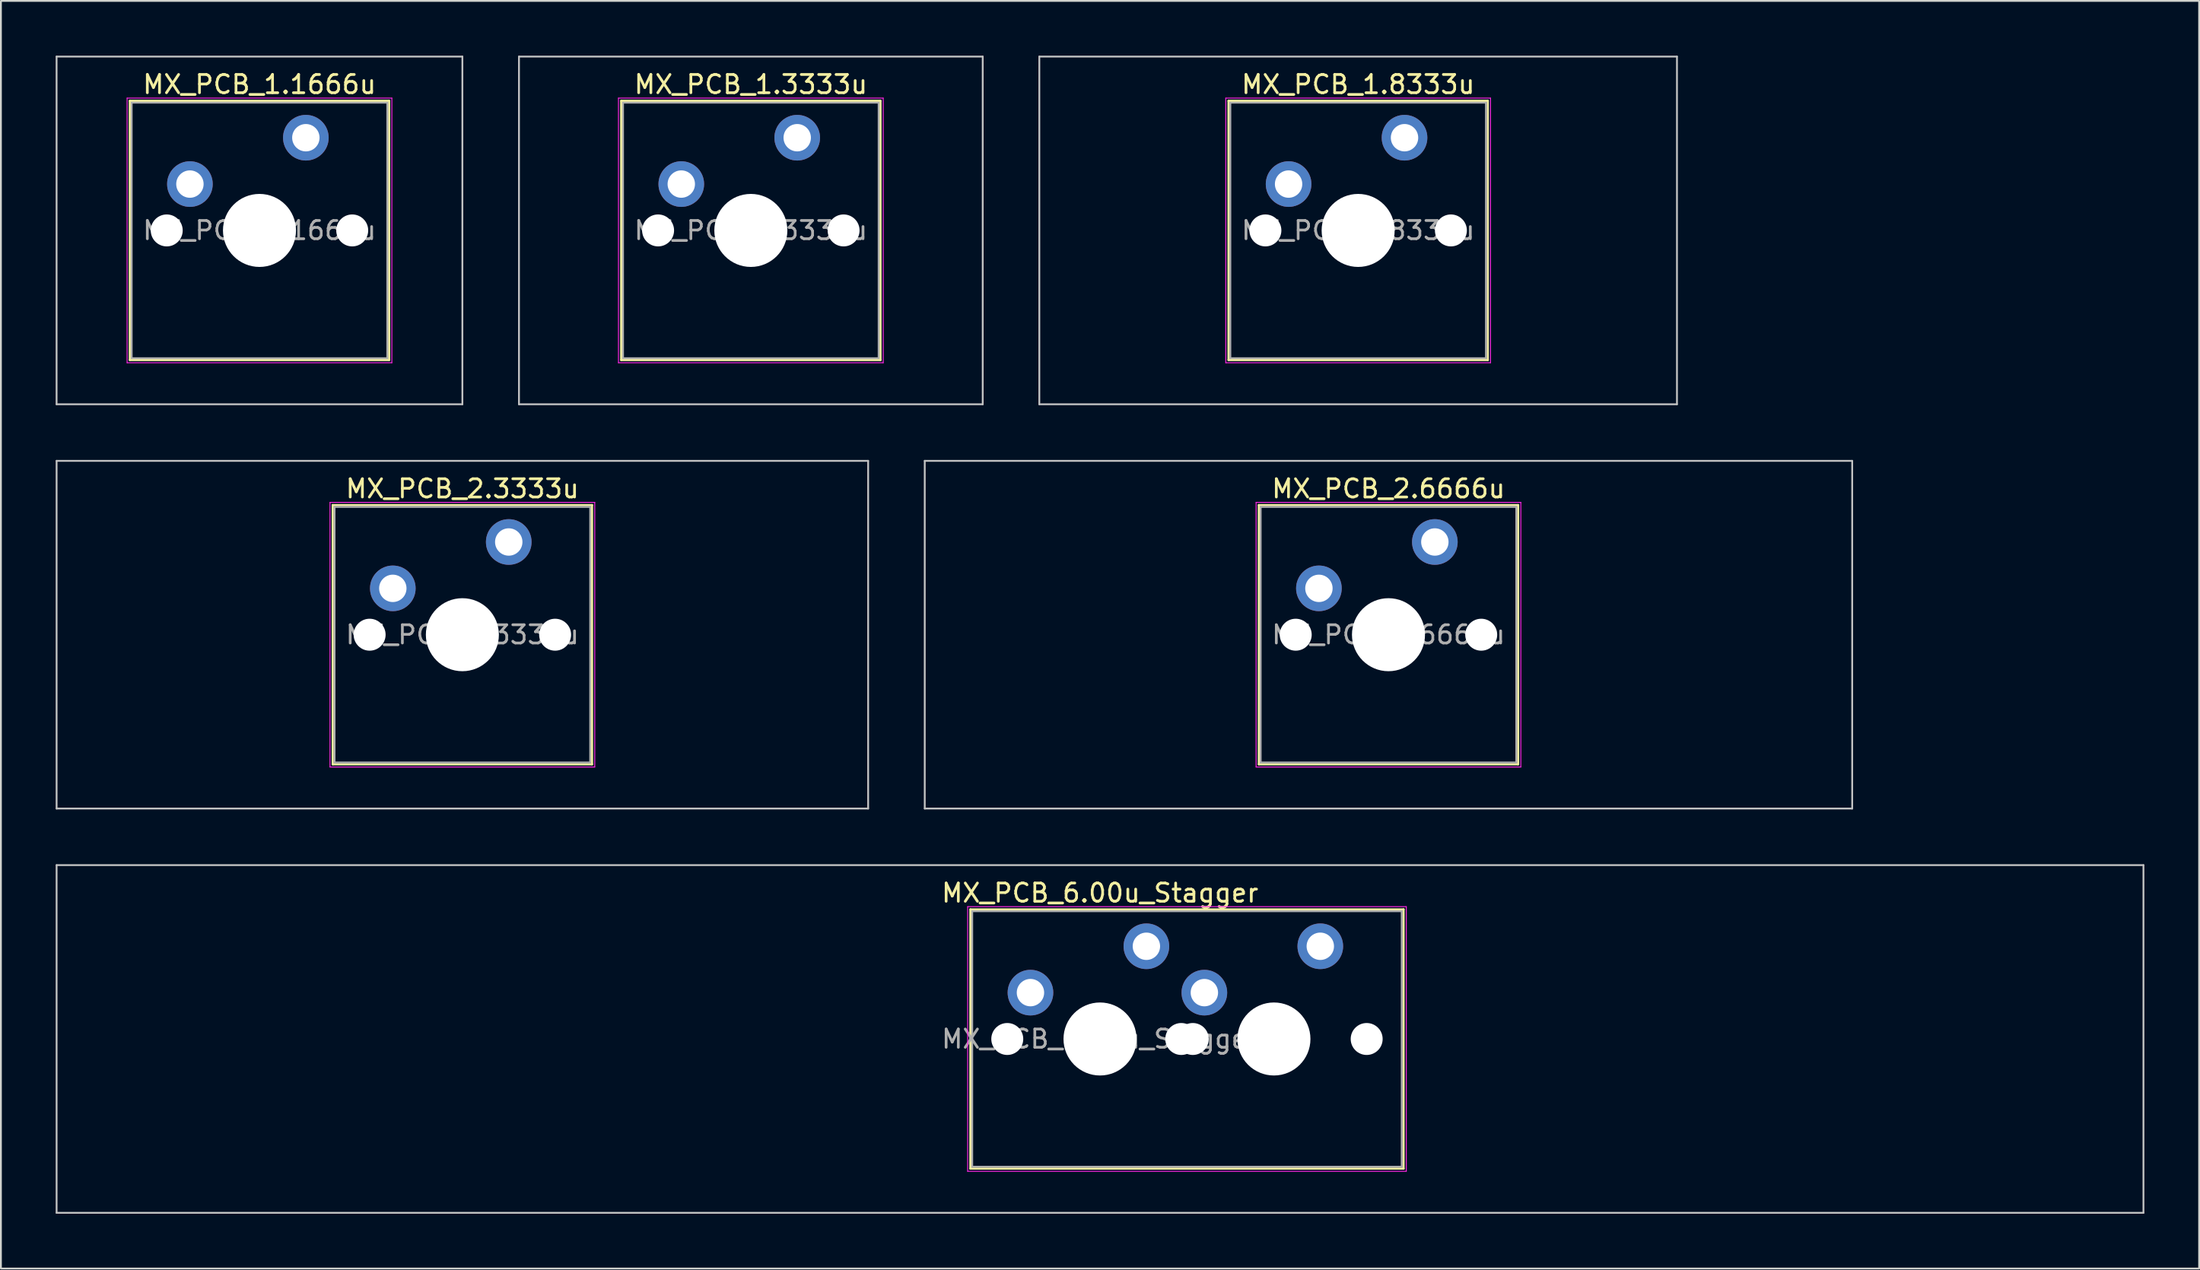
<source format=kicad_pcb>
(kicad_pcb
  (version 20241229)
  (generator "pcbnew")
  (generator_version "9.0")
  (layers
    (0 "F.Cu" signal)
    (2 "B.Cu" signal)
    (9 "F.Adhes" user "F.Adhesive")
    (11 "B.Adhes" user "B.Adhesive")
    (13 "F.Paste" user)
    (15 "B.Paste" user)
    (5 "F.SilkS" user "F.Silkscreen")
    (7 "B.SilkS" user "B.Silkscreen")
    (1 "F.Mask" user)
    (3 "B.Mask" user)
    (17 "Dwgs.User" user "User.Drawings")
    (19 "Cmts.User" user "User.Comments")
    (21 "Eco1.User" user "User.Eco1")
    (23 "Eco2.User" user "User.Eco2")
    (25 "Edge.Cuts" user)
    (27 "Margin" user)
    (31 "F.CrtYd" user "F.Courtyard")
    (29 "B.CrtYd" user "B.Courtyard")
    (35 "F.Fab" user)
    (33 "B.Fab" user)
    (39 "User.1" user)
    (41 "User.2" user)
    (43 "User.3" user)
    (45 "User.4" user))
  (footprint "MX_PCB_1.3333u"
    (layer "F.Cu")
    (at 38.075 9.575)
    (property "Reference" "MX_PCB_1.3333u" (at 0 -8 0) (layer "F.SilkS") (effects (font (size 1 1) (thickness 0.15))))
    (attr through_hole)
    (fp_line (start -7.1 -7.1) (end -7.1 7.1) (stroke (width 0.12) (type solid)) (layer "F.SilkS"))
    (fp_line (start -7.1 7.1) (end 7.1 7.1) (stroke (width 0.12) (type solid)) (layer "F.SilkS"))
    (fp_line (start 7.1 -7.1) (end -7.1 -7.1) (stroke (width 0.12) (type solid)) (layer "F.SilkS"))
    (fp_line (start 7.1 7.1) (end 7.1 -7.1) (stroke (width 0.12) (type solid)) (layer "F.SilkS"))
    (fp_line (start -12.7 -9.525) (end -12.7 9.525) (stroke (width 0.1) (type solid)) (layer "Dwgs.User"))
    (fp_line (start -12.7 9.525) (end 12.7 9.525) (stroke (width 0.1) (type solid)) (layer "Dwgs.User"))
    (fp_line (start 12.7 -9.525) (end -12.7 -9.525) (stroke (width 0.1) (type solid)) (layer "Dwgs.User"))
    (fp_line (start 12.7 9.525) (end 12.7 -9.525) (stroke (width 0.1) (type solid)) (layer "Dwgs.User"))
    (fp_line (start -7 -7) (end -7 7) (stroke (width 0.1) (type solid)) (layer "Eco1.User"))
    (fp_line (start -7 7) (end 7 7) (stroke (width 0.1) (type solid)) (layer "Eco1.User"))
    (fp_line (start 7 -7) (end -7 -7) (stroke (width 0.1) (type solid)) (layer "Eco1.User"))
    (fp_line (start 7 7) (end 7 -7) (stroke (width 0.1) (type solid)) (layer "Eco1.User"))
    (fp_line (start -7.25 -7.25) (end -7.25 7.25) (stroke (width 0.05) (type solid)) (layer "F.CrtYd"))
    (fp_line (start -7.25 7.25) (end 7.25 7.25) (stroke (width 0.05) (type solid)) (layer "F.CrtYd"))
    (fp_line (start 7.25 -7.25) (end -7.25 -7.25) (stroke (width 0.05) (type solid)) (layer "F.CrtYd"))
    (fp_line (start 7.25 7.25) (end 7.25 -7.25) (stroke (width 0.05) (type solid)) (layer "F.CrtYd"))
    (fp_line (start -7 -7) (end -7 7) (stroke (width 0.1) (type solid)) (layer "F.Fab"))
    (fp_line (start -7 7) (end 7 7) (stroke (width 0.1) (type solid)) (layer "F.Fab"))
    (fp_line (start 7 -7) (end -7 -7) (stroke (width 0.1) (type solid)) (layer "F.Fab"))
    (fp_line (start 7 7) (end 7 -7) (stroke (width 0.1) (type solid)) (layer "F.Fab"))
    (fp_text user "${REFERENCE}" (at 0 0 0) (layer "F.Fab") (effects (font (size 1 1) (thickness 0.15))))
    (pad "" np_thru_hole circle (at -5.08 0) (size 1.75 1.75) (drill 1.75) (layers "*.Cu" "*.Mask"))
    (pad "" np_thru_hole circle (at 0 0) (size 4 4) (drill 4) (layers "*.Cu" "*.Mask"))
    (pad "" np_thru_hole circle (at 5.08 0) (size 1.75 1.75) (drill 1.75) (layers "*.Cu" "*.Mask"))
    (pad "1" thru_hole circle (at -3.81 -2.54) (size 2.5 2.5) (drill 1.5) (layers "*.Cu" "*.Mask"))
    (pad "2" thru_hole circle (at 2.54 -5.08) (size 2.5 2.5) (drill 1.5) (layers "*.Cu" "*.Mask")))
  (footprint "MX_PCB_1.8333u"
    (layer "F.Cu")
    (at 71.338 9.575)
    (property "Reference" "MX_PCB_1.8333u" (at 0 -8 0) (layer "F.SilkS") (effects (font (size 1 1) (thickness 0.15))))
    (attr through_hole)
    (fp_line (start -7.1 -7.1) (end -7.1 7.1) (stroke (width 0.12) (type solid)) (layer "F.SilkS"))
    (fp_line (start -7.1 7.1) (end 7.1 7.1) (stroke (width 0.12) (type solid)) (layer "F.SilkS"))
    (fp_line (start 7.1 -7.1) (end -7.1 -7.1) (stroke (width 0.12) (type solid)) (layer "F.SilkS"))
    (fp_line (start 7.1 7.1) (end 7.1 -7.1) (stroke (width 0.12) (type solid)) (layer "F.SilkS"))
    (fp_line (start -17.462 -9.525) (end -17.462 9.525) (stroke (width 0.1) (type solid)) (layer "Dwgs.User"))
    (fp_line (start -17.462 9.525) (end 17.462 9.525) (stroke (width 0.1) (type solid)) (layer "Dwgs.User"))
    (fp_line (start 17.462 -9.525) (end -17.462 -9.525) (stroke (width 0.1) (type solid)) (layer "Dwgs.User"))
    (fp_line (start 17.462 9.525) (end 17.462 -9.525) (stroke (width 0.1) (type solid)) (layer "Dwgs.User"))
    (fp_line (start -7 -7) (end -7 7) (stroke (width 0.1) (type solid)) (layer "Eco1.User"))
    (fp_line (start -7 7) (end 7 7) (stroke (width 0.1) (type solid)) (layer "Eco1.User"))
    (fp_line (start 7 -7) (end -7 -7) (stroke (width 0.1) (type solid)) (layer "Eco1.User"))
    (fp_line (start 7 7) (end 7 -7) (stroke (width 0.1) (type solid)) (layer "Eco1.User"))
    (fp_line (start -7.25 -7.25) (end -7.25 7.25) (stroke (width 0.05) (type solid)) (layer "F.CrtYd"))
    (fp_line (start -7.25 7.25) (end 7.25 7.25) (stroke (width 0.05) (type solid)) (layer "F.CrtYd"))
    (fp_line (start 7.25 -7.25) (end -7.25 -7.25) (stroke (width 0.05) (type solid)) (layer "F.CrtYd"))
    (fp_line (start 7.25 7.25) (end 7.25 -7.25) (stroke (width 0.05) (type solid)) (layer "F.CrtYd"))
    (fp_line (start -7 -7) (end -7 7) (stroke (width 0.1) (type solid)) (layer "F.Fab"))
    (fp_line (start -7 7) (end 7 7) (stroke (width 0.1) (type solid)) (layer "F.Fab"))
    (fp_line (start 7 -7) (end -7 -7) (stroke (width 0.1) (type solid)) (layer "F.Fab"))
    (fp_line (start 7 7) (end 7 -7) (stroke (width 0.1) (type solid)) (layer "F.Fab"))
    (fp_text user "${REFERENCE}" (at 0 0 0) (layer "F.Fab") (effects (font (size 1 1) (thickness 0.15))))
    (pad "" np_thru_hole circle (at -5.08 0) (size 1.75 1.75) (drill 1.75) (layers "*.Cu" "*.Mask"))
    (pad "" np_thru_hole circle (at 0 0) (size 4 4) (drill 4) (layers "*.Cu" "*.Mask"))
    (pad "" np_thru_hole circle (at 5.08 0) (size 1.75 1.75) (drill 1.75) (layers "*.Cu" "*.Mask"))
    (pad "1" thru_hole circle (at -3.81 -2.54) (size 2.5 2.5) (drill 1.5) (layers "*.Cu" "*.Mask"))
    (pad "2" thru_hole circle (at 2.54 -5.08) (size 2.5 2.5) (drill 1.5) (layers "*.Cu" "*.Mask")))
  (footprint "MX_PCB_2.3333u"
    (layer "F.Cu")
    (at 22.275 31.725)
    (property "Reference" "MX_PCB_2.3333u" (at 0 -8 0) (layer "F.SilkS") (effects (font (size 1 1) (thickness 0.15))))
    (attr through_hole)
    (fp_line (start -7.1 -7.1) (end -7.1 7.1) (stroke (width 0.12) (type solid)) (layer "F.SilkS"))
    (fp_line (start -7.1 7.1) (end 7.1 7.1) (stroke (width 0.12) (type solid)) (layer "F.SilkS"))
    (fp_line (start 7.1 -7.1) (end -7.1 -7.1) (stroke (width 0.12) (type solid)) (layer "F.SilkS"))
    (fp_line (start 7.1 7.1) (end 7.1 -7.1) (stroke (width 0.12) (type solid)) (layer "F.SilkS"))
    (fp_line (start -22.225 -9.525) (end -22.225 9.525) (stroke (width 0.1) (type solid)) (layer "Dwgs.User"))
    (fp_line (start -22.225 9.525) (end 22.225 9.525) (stroke (width 0.1) (type solid)) (layer "Dwgs.User"))
    (fp_line (start 22.225 -9.525) (end -22.225 -9.525) (stroke (width 0.1) (type solid)) (layer "Dwgs.User"))
    (fp_line (start 22.225 9.525) (end 22.225 -9.525) (stroke (width 0.1) (type solid)) (layer "Dwgs.User"))
    (fp_line (start -7 -7) (end -7 7) (stroke (width 0.1) (type solid)) (layer "Eco1.User"))
    (fp_line (start -7 7) (end 7 7) (stroke (width 0.1) (type solid)) (layer "Eco1.User"))
    (fp_line (start 7 -7) (end -7 -7) (stroke (width 0.1) (type solid)) (layer "Eco1.User"))
    (fp_line (start 7 7) (end 7 -7) (stroke (width 0.1) (type solid)) (layer "Eco1.User"))
    (fp_line (start -7.25 -7.25) (end -7.25 7.25) (stroke (width 0.05) (type solid)) (layer "F.CrtYd"))
    (fp_line (start -7.25 7.25) (end 7.25 7.25) (stroke (width 0.05) (type solid)) (layer "F.CrtYd"))
    (fp_line (start 7.25 -7.25) (end -7.25 -7.25) (stroke (width 0.05) (type solid)) (layer "F.CrtYd"))
    (fp_line (start 7.25 7.25) (end 7.25 -7.25) (stroke (width 0.05) (type solid)) (layer "F.CrtYd"))
    (fp_line (start -7 -7) (end -7 7) (stroke (width 0.1) (type solid)) (layer "F.Fab"))
    (fp_line (start -7 7) (end 7 7) (stroke (width 0.1) (type solid)) (layer "F.Fab"))
    (fp_line (start 7 -7) (end -7 -7) (stroke (width 0.1) (type solid)) (layer "F.Fab"))
    (fp_line (start 7 7) (end 7 -7) (stroke (width 0.1) (type solid)) (layer "F.Fab"))
    (fp_text user "${REFERENCE}" (at 0 0 0) (layer "F.Fab") (effects (font (size 1 1) (thickness 0.15))))
    (pad "" np_thru_hole circle (at -5.08 0) (size 1.75 1.75) (drill 1.75) (layers "*.Cu" "*.Mask"))
    (pad "" np_thru_hole circle (at 0 0) (size 4 4) (drill 4) (layers "*.Cu" "*.Mask"))
    (pad "" np_thru_hole circle (at 5.08 0) (size 1.75 1.75) (drill 1.75) (layers "*.Cu" "*.Mask"))
    (pad "1" thru_hole circle (at -3.81 -2.54) (size 2.5 2.5) (drill 1.5) (layers "*.Cu" "*.Mask"))
    (pad "2" thru_hole circle (at 2.54 -5.08) (size 2.5 2.5) (drill 1.5) (layers "*.Cu" "*.Mask")))
  (footprint "MX_PCB_6.00u_Stagger"
    (layer "F.Cu")
    (at 57.2 53.875)
    (property "Reference" "MX_PCB_6.00u_Stagger" (at 0 -8 0) (layer "F.SilkS") (effects (font (size 1 1) (thickness 0.15))))
    (attr through_hole)
    (fp_line (start -7.1 -7.1) (end -7.1 7.1) (stroke (width 0.12) (type solid)) (layer "F.SilkS"))
    (fp_line (start -7.1 7.1) (end 16.625 7.1) (stroke (width 0.12) (type solid)) (layer "F.SilkS"))
    (fp_line (start 16.625 -7.1) (end -7.1 -7.1) (stroke (width 0.12) (type solid)) (layer "F.SilkS"))
    (fp_line (start 16.625 7.1) (end 16.625 -7.1) (stroke (width 0.12) (type solid)) (layer "F.SilkS"))
    (fp_line (start -57.15 -9.525) (end -57.15 9.525) (stroke (width 0.1) (type solid)) (layer "Dwgs.User"))
    (fp_line (start -57.15 9.525) (end 57.15 9.525) (stroke (width 0.1) (type solid)) (layer "Dwgs.User"))
    (fp_line (start 57.15 -9.525) (end -57.15 -9.525) (stroke (width 0.1) (type solid)) (layer "Dwgs.User"))
    (fp_line (start 57.15 9.525) (end 57.15 -9.525) (stroke (width 0.1) (type solid)) (layer "Dwgs.User"))
    (fp_line (start -7 -7) (end -7 7) (stroke (width 0.1) (type solid)) (layer "Eco1.User"))
    (fp_line (start -7 7) (end 16.525 7) (stroke (width 0.1) (type solid)) (layer "Eco1.User"))
    (fp_line (start 16.525 -7) (end -7 -7) (stroke (width 0.1) (type solid)) (layer "Eco1.User"))
    (fp_line (start 16.525 7) (end 16.525 -7) (stroke (width 0.1) (type solid)) (layer "Eco1.User"))
    (fp_line (start -7.25 -7.25) (end -7.25 7.25) (stroke (width 0.05) (type solid)) (layer "F.CrtYd"))
    (fp_line (start -7.25 7.25) (end 16.773 7.25) (stroke (width 0.05) (type solid)) (layer "F.CrtYd"))
    (fp_line (start 16.775 -7.25) (end -7.25 -7.25) (stroke (width 0.05) (type solid)) (layer "F.CrtYd"))
    (fp_line (start 16.775 7.25) (end 16.775 -7.25) (stroke (width 0.05) (type solid)) (layer "F.CrtYd"))
    (fp_line (start -7 -7) (end -7 7) (stroke (width 0.1) (type solid)) (layer "F.Fab"))
    (fp_line (start -7 7) (end 16.525 7) (stroke (width 0.1) (type solid)) (layer "F.Fab"))
    (fp_line (start 16.525 -7) (end -7 -7) (stroke (width 0.1) (type solid)) (layer "F.Fab"))
    (fp_line (start 16.525 7) (end 16.525 -7) (stroke (width 0.1) (type solid)) (layer "F.Fab"))
    (fp_text user "${REFERENCE}" (at 0 0 0) (layer "F.Fab") (effects (font (size 1 1) (thickness 0.15))))
    (pad "" np_thru_hole circle (at -5.08 0) (size 1.75 1.75) (drill 1.75) (layers "*.Cu" "*.Mask"))
    (pad "" np_thru_hole circle (at 0 0) (size 4 4) (drill 4) (layers "*.Cu" "*.Mask"))
    (pad "" np_thru_hole circle (at 4.45 0) (size 1.75 1.75) (drill 1.75) (layers "*.Cu" "*.Mask"))
    (pad "" np_thru_hole circle (at 5.08 0) (size 1.75 1.75) (drill 1.75) (layers "*.Cu" "*.Mask"))
    (pad "" np_thru_hole circle (at 9.525 0) (size 4 4) (drill 4) (layers "*.Cu" "*.Mask"))
    (pad "" np_thru_hole circle (at 14.605 0) (size 1.75 1.75) (drill 1.75) (layers "*.Cu" "*.Mask"))
    (pad "1" thru_hole circle (at -3.81 -2.54) (size 2.5 2.5) (drill 1.5) (layers "*.Cu" "*.Mask"))
    (pad "1" thru_hole circle (at 5.715 -2.54) (size 2.5 2.5) (drill 1.5) (layers "*.Cu" "*.Mask"))
    (pad "2" thru_hole circle (at 2.54 -5.08) (size 2.5 2.5) (drill 1.5) (layers "*.Cu" "*.Mask"))
    (pad "2" thru_hole circle (at 12.065 -5.08) (size 2.5 2.5) (drill 1.5) (layers "*.Cu" "*.Mask")))
  (footprint "MX_PCB_2.6666u"
    (layer "F.Cu")
    (at 72.999 31.725)
    (property "Reference" "MX_PCB_2.6666u" (at 0 -8 0) (layer "F.SilkS") (effects (font (size 1 1) (thickness 0.15))))
    (attr through_hole)
    (fp_line (start -7.1 -7.1) (end -7.1 7.1) (stroke (width 0.12) (type solid)) (layer "F.SilkS"))
    (fp_line (start -7.1 7.1) (end 7.1 7.1) (stroke (width 0.12) (type solid)) (layer "F.SilkS"))
    (fp_line (start 7.1 -7.1) (end -7.1 -7.1) (stroke (width 0.12) (type solid)) (layer "F.SilkS"))
    (fp_line (start 7.1 7.1) (end 7.1 -7.1) (stroke (width 0.12) (type solid)) (layer "F.SilkS"))
    (fp_line (start -25.399 -9.525) (end -25.399 9.525) (stroke (width 0.1) (type solid)) (layer "Dwgs.User"))
    (fp_line (start -25.399 9.525) (end 25.399 9.525) (stroke (width 0.1) (type solid)) (layer "Dwgs.User"))
    (fp_line (start 25.399 -9.525) (end -25.399 -9.525) (stroke (width 0.1) (type solid)) (layer "Dwgs.User"))
    (fp_line (start 25.399 9.525) (end 25.399 -9.525) (stroke (width 0.1) (type solid)) (layer "Dwgs.User"))
    (fp_line (start -7 -7) (end -7 7) (stroke (width 0.1) (type solid)) (layer "Eco1.User"))
    (fp_line (start -7 7) (end 7 7) (stroke (width 0.1) (type solid)) (layer "Eco1.User"))
    (fp_line (start 7 -7) (end -7 -7) (stroke (width 0.1) (type solid)) (layer "Eco1.User"))
    (fp_line (start 7 7) (end 7 -7) (stroke (width 0.1) (type solid)) (layer "Eco1.User"))
    (fp_line (start -7.25 -7.25) (end -7.25 7.25) (stroke (width 0.05) (type solid)) (layer "F.CrtYd"))
    (fp_line (start -7.25 7.25) (end 7.25 7.25) (stroke (width 0.05) (type solid)) (layer "F.CrtYd"))
    (fp_line (start 7.25 -7.25) (end -7.25 -7.25) (stroke (width 0.05) (type solid)) (layer "F.CrtYd"))
    (fp_line (start 7.25 7.25) (end 7.25 -7.25) (stroke (width 0.05) (type solid)) (layer "F.CrtYd"))
    (fp_line (start -7 -7) (end -7 7) (stroke (width 0.1) (type solid)) (layer "F.Fab"))
    (fp_line (start -7 7) (end 7 7) (stroke (width 0.1) (type solid)) (layer "F.Fab"))
    (fp_line (start 7 -7) (end -7 -7) (stroke (width 0.1) (type solid)) (layer "F.Fab"))
    (fp_line (start 7 7) (end 7 -7) (stroke (width 0.1) (type solid)) (layer "F.Fab"))
    (fp_text user "${REFERENCE}" (at 0 0 0) (layer "F.Fab") (effects (font (size 1 1) (thickness 0.15))))
    (pad "" np_thru_hole circle (at -5.08 0) (size 1.75 1.75) (drill 1.75) (layers "*.Cu" "*.Mask"))
    (pad "" np_thru_hole circle (at 0 0) (size 4 4) (drill 4) (layers "*.Cu" "*.Mask"))
    (pad "" np_thru_hole circle (at 5.08 0) (size 1.75 1.75) (drill 1.75) (layers "*.Cu" "*.Mask"))
    (pad "1" thru_hole circle (at -3.81 -2.54) (size 2.5 2.5) (drill 1.5) (layers "*.Cu" "*.Mask"))
    (pad "2" thru_hole circle (at 2.54 -5.08) (size 2.5 2.5) (drill 1.5) (layers "*.Cu" "*.Mask")))
  (footprint "MX_PCB_1.1666u"
    (layer "F.Cu")
    (at 11.162 9.575)
    (property "Reference" "MX_PCB_1.1666u" (at 0 -8 0) (layer "F.SilkS") (effects (font (size 1 1) (thickness 0.15))))
    (attr through_hole)
    (fp_line (start -7.1 -7.1) (end -7.1 7.1) (stroke (width 0.12) (type solid)) (layer "F.SilkS"))
    (fp_line (start -7.1 7.1) (end 7.1 7.1) (stroke (width 0.12) (type solid)) (layer "F.SilkS"))
    (fp_line (start 7.1 -7.1) (end -7.1 -7.1) (stroke (width 0.12) (type solid)) (layer "F.SilkS"))
    (fp_line (start 7.1 7.1) (end 7.1 -7.1) (stroke (width 0.12) (type solid)) (layer "F.SilkS"))
    (fp_line (start -11.113 -9.525) (end -11.113 9.525) (stroke (width 0.1) (type solid)) (layer "Dwgs.User"))
    (fp_line (start -11.113 9.525) (end 11.113 9.525) (stroke (width 0.1) (type solid)) (layer "Dwgs.User"))
    (fp_line (start 11.113 -9.525) (end -11.113 -9.525) (stroke (width 0.1) (type solid)) (layer "Dwgs.User"))
    (fp_line (start 11.113 9.525) (end 11.113 -9.525) (stroke (width 0.1) (type solid)) (layer "Dwgs.User"))
    (fp_line (start -7 -7) (end -7 7) (stroke (width 0.1) (type solid)) (layer "Eco1.User"))
    (fp_line (start -7 7) (end 7 7) (stroke (width 0.1) (type solid)) (layer "Eco1.User"))
    (fp_line (start 7 -7) (end -7 -7) (stroke (width 0.1) (type solid)) (layer "Eco1.User"))
    (fp_line (start 7 7) (end 7 -7) (stroke (width 0.1) (type solid)) (layer "Eco1.User"))
    (fp_line (start -7.25 -7.25) (end -7.25 7.25) (stroke (width 0.05) (type solid)) (layer "F.CrtYd"))
    (fp_line (start -7.25 7.25) (end 7.25 7.25) (stroke (width 0.05) (type solid)) (layer "F.CrtYd"))
    (fp_line (start 7.25 -7.25) (end -7.25 -7.25) (stroke (width 0.05) (type solid)) (layer "F.CrtYd"))
    (fp_line (start 7.25 7.25) (end 7.25 -7.25) (stroke (width 0.05) (type solid)) (layer "F.CrtYd"))
    (fp_line (start -7 -7) (end -7 7) (stroke (width 0.1) (type solid)) (layer "F.Fab"))
    (fp_line (start -7 7) (end 7 7) (stroke (width 0.1) (type solid)) (layer "F.Fab"))
    (fp_line (start 7 -7) (end -7 -7) (stroke (width 0.1) (type solid)) (layer "F.Fab"))
    (fp_line (start 7 7) (end 7 -7) (stroke (width 0.1) (type solid)) (layer "F.Fab"))
    (fp_text user "${REFERENCE}" (at 0 0 0) (layer "F.Fab") (effects (font (size 1 1) (thickness 0.15))))
    (pad "" np_thru_hole circle (at -5.08 0) (size 1.75 1.75) (drill 1.75) (layers "*.Cu" "*.Mask"))
    (pad "" np_thru_hole circle (at 0 0) (size 4 4) (drill 4) (layers "*.Cu" "*.Mask"))
    (pad "" np_thru_hole circle (at 5.08 0) (size 1.75 1.75) (drill 1.75) (layers "*.Cu" "*.Mask"))
    (pad "1" thru_hole circle (at -3.81 -2.54) (size 2.5 2.5) (drill 1.5) (layers "*.Cu" "*.Mask"))
    (pad "2" thru_hole circle (at 2.54 -5.08) (size 2.5 2.5) (drill 1.5) (layers "*.Cu" "*.Mask")))
  (gr_rect
    (start -3 -3)
    (end 117.4 66.45)
    (stroke (width 0.1) (type default))
    (fill no)
    (layer "Edge.Cuts")))
</source>
